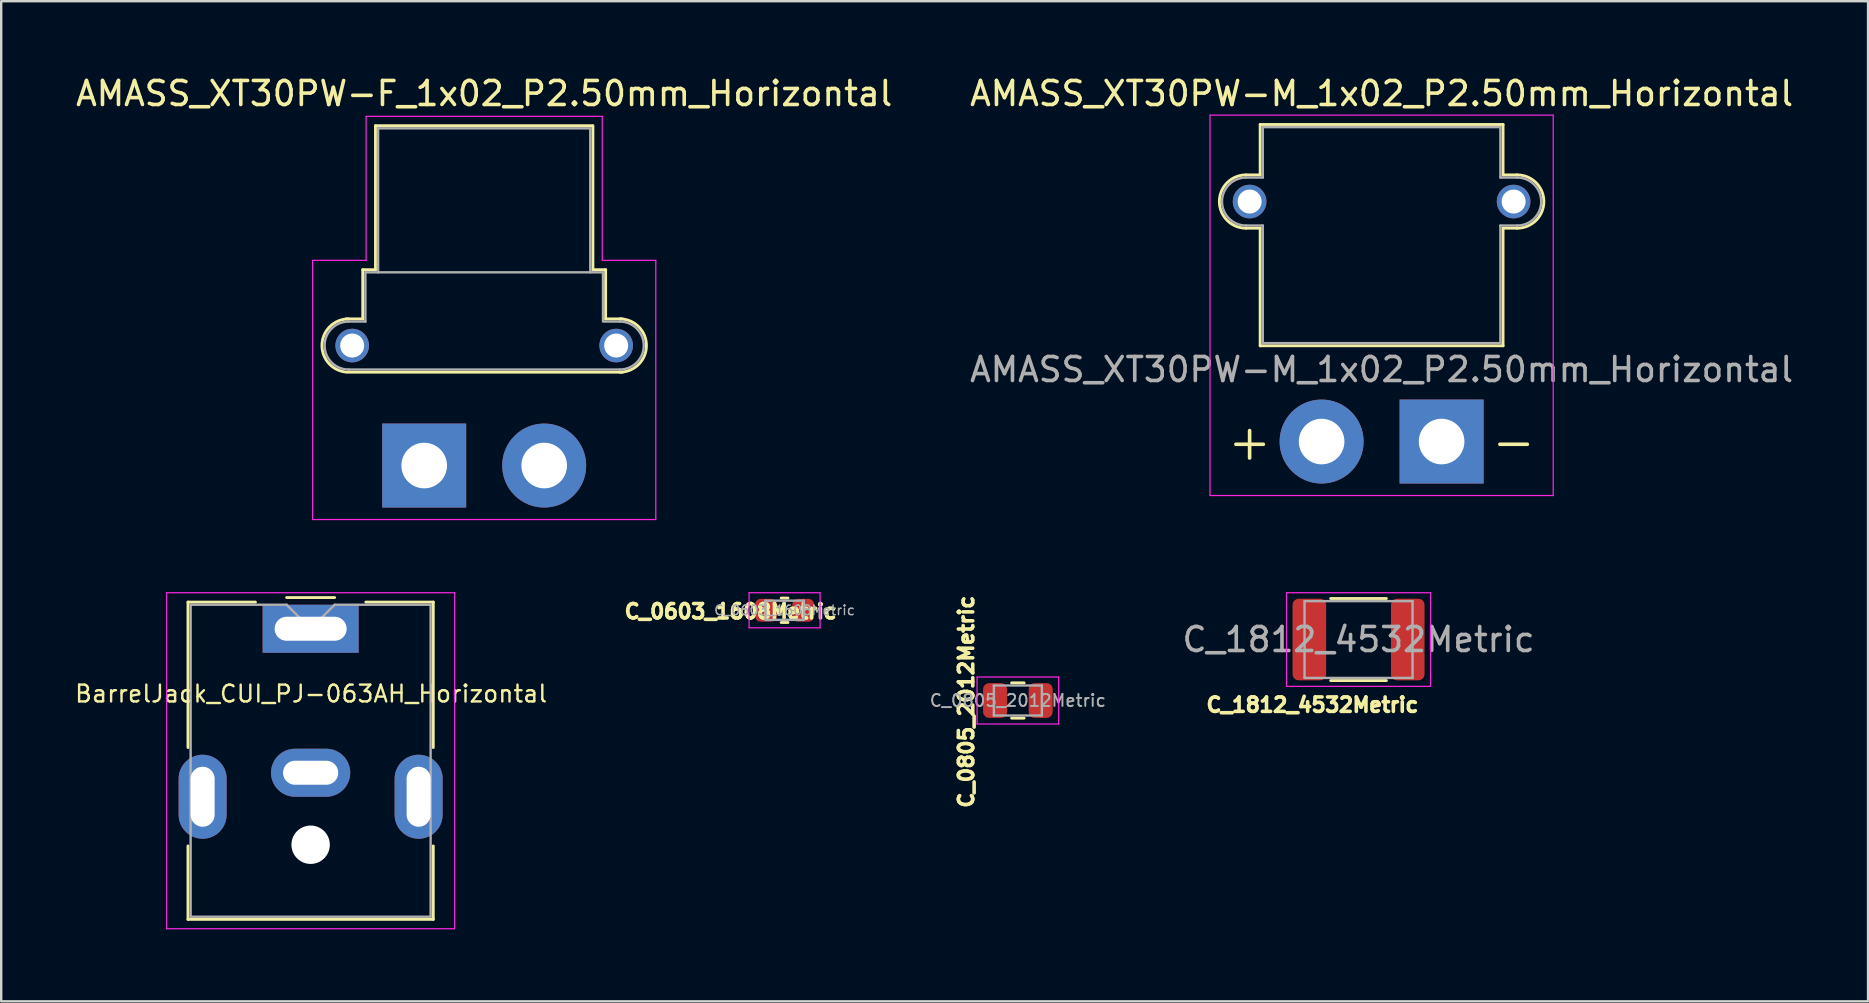
<source format=kicad_pcb>
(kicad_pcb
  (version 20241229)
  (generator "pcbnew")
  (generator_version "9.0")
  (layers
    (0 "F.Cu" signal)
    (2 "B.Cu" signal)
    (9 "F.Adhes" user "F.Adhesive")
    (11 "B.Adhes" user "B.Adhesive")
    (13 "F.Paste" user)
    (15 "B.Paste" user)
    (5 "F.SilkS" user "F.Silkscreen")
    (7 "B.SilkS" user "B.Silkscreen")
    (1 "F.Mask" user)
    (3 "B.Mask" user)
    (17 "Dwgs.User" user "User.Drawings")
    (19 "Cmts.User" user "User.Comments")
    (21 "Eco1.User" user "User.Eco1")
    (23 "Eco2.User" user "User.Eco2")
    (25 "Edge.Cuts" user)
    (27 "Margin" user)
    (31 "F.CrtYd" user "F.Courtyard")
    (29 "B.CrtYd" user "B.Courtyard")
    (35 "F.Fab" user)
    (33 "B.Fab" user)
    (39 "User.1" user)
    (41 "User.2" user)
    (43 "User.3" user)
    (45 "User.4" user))
  (footprint "AMASS_XT30PW-F_1x02_P2.50mm_Horizontal"
    (layer "F.Cu")
    (at 14.625 16.348)
    (property "Reference" "AMASS_XT30PW-F_1x02_P2.50mm_Horizontal" (at 2.5 -15.5 0) (layer "F.SilkS") (effects (font (size 1 1) (thickness 0.15))))
    (attr through_hole)
    (fp_line (start -3.26 -6.11) (end -2.56 -6.11) (stroke (width 0.12) (type solid)) (layer "F.SilkS"))
    (fp_line (start -3.26 -3.89) (end 8.26 -3.89) (stroke (width 0.12) (type solid)) (layer "F.SilkS"))
    (fp_line (start -2.56 -8.16) (end -2.56 -6.11) (stroke (width 0.12) (type solid)) (layer "F.SilkS"))
    (fp_line (start -2.56 -8.16) (end -2.03 -8.16) (stroke (width 0.12) (type solid)) (layer "F.SilkS"))
    (fp_line (start -2.03 -14.16) (end -2.03 -8.16) (stroke (width 0.12) (type solid)) (layer "F.SilkS"))
    (fp_line (start -2.03 -14.16) (end 7 -14.16) (stroke (width 0.12) (type solid)) (layer "F.SilkS"))
    (fp_line (start 7.03 -14.16) (end 7.03 -8.16) (stroke (width 0.12) (type solid)) (layer "F.SilkS"))
    (fp_line (start 7.03 -8.16) (end 7.56 -8.16) (stroke (width 0.12) (type solid)) (layer "F.SilkS"))
    (fp_line (start 7.56 -8.16) (end 7.56 -6.11) (stroke (width 0.12) (type solid)) (layer "F.SilkS"))
    (fp_line (start 7.56 -6.11) (end 8.26 -6.11) (stroke (width 0.12) (type solid)) (layer "F.SilkS"))
    (fp_arc (start -3.321729 -3.903365) (mid -4.256653 -5.086124) (end -3.15 -6.11) (stroke (width 0.12) (type solid)) (layer "F.SilkS"))
    (fp_arc (start 8.15 -6.11) (mid 9.26 -5) (end 8.15 -3.89) (stroke (width 0.12) (type solid)) (layer "F.SilkS"))
    (fp_line (start -4.65 -8.55) (end -4.65 2.25) (stroke (width 0.05) (type solid)) (layer "F.CrtYd"))
    (fp_line (start -4.65 -8.55) (end -2.42 -8.55) (stroke (width 0.05) (type solid)) (layer "F.CrtYd"))
    (fp_line (start -4.65 2.25) (end 9.65 2.25) (stroke (width 0.05) (type solid)) (layer "F.CrtYd"))
    (fp_line (start -2.42 -14.55) (end -2.42 -8.55) (stroke (width 0.05) (type solid)) (layer "F.CrtYd"))
    (fp_line (start -2.42 -14.55) (end 7.42 -14.55) (stroke (width 0.05) (type solid)) (layer "F.CrtYd"))
    (fp_line (start 7.42 -14.55) (end 7.42 -8.55) (stroke (width 0.05) (type solid)) (layer "F.CrtYd"))
    (fp_line (start 7.42 -8.55) (end 9.65 -8.55) (stroke (width 0.05) (type solid)) (layer "F.CrtYd"))
    (fp_line (start 9.65 -8.55) (end 9.65 2.25) (stroke (width 0.05) (type solid)) (layer "F.CrtYd"))
    (fp_line (start -3.15 -6) (end -2.45 -6) (stroke (width 0.1) (type solid)) (layer "F.Fab"))
    (fp_line (start -3.15 -4) (end 8.15 -4) (stroke (width 0.1) (type solid)) (layer "F.Fab"))
    (fp_line (start -2.45 -8.05) (end -2.45 -6) (stroke (width 0.1) (type solid)) (layer "F.Fab"))
    (fp_line (start -2.45 -8.05) (end 7.45 -8.05) (stroke (width 0.1) (type solid)) (layer "F.Fab"))
    (fp_line (start -1.92 -14.05) (end -1.92 -8.05) (stroke (width 0.1) (type solid)) (layer "F.Fab"))
    (fp_line (start -1.92 -14.05) (end 6.92 -14.05) (stroke (width 0.1) (type solid)) (layer "F.Fab"))
    (fp_line (start 6.92 -14.05) (end 6.92 -8.05) (stroke (width 0.1) (type solid)) (layer "F.Fab"))
    (fp_line (start 7.45 -8.05) (end 7.45 -6.05) (stroke (width 0.1) (type solid)) (layer "F.Fab"))
    (fp_line (start 7.45 -6) (end 8.15 -6) (stroke (width 0.1) (type solid)) (layer "F.Fab"))
    (fp_arc (start -3.15 -4) (mid -4.15 -5) (end -3.15 -6) (stroke (width 0.1) (type solid)) (layer "F.Fab"))
    (fp_arc (start 8.15 -6) (mid 9.15 -5) (end 8.15 -4) (stroke (width 0.1) (type solid)) (layer "F.Fab"))
    (pad "" thru_hole circle (at -3 -5 270) (size 1.4 1.4) (drill 1) (layers "*.Cu" "*.Mask"))
    (pad "" thru_hole circle (at 8 -5 180) (size 1.4 1.4) (drill 1) (layers "*.Cu" "*.Mask"))
    (pad "1" thru_hole rect (at 0 0 180) (size 3.5 3.5) (drill 1.9) (layers "*.Cu" "*.Mask"))
    (pad "2" thru_hole circle (at 5 0 180) (size 3.5 3.5) (drill 1.9) (layers "*.Cu" "*.Mask")))
  (footprint "C_0805_2012Metric"
    (layer "F.Cu")
    (at 39.362 26.138)
    (property "Reference" "C_0805_2012Metric" (at -2.15 0.05 90) (layer "F.SilkS") (effects (font (size 0.6 0.6) (thickness 0.15))))
    (attr smd)
    (fp_line (start -0.261 -0.735) (end 0.261 -0.735) (stroke (width 0.12) (type solid)) (layer "F.SilkS"))
    (fp_line (start -0.261 0.735) (end 0.261 0.735) (stroke (width 0.12) (type solid)) (layer "F.SilkS"))
    (fp_line (start -1.7 -0.98) (end 1.7 -0.98) (stroke (width 0.05) (type solid)) (layer "F.CrtYd"))
    (fp_line (start -1.7 0.98) (end -1.7 -0.98) (stroke (width 0.05) (type solid)) (layer "F.CrtYd"))
    (fp_line (start 1.7 -0.98) (end 1.7 0.98) (stroke (width 0.05) (type solid)) (layer "F.CrtYd"))
    (fp_line (start 1.7 0.98) (end -1.7 0.98) (stroke (width 0.05) (type solid)) (layer "F.CrtYd"))
    (fp_line (start -1 -0.625) (end 1 -0.625) (stroke (width 0.1) (type solid)) (layer "F.Fab"))
    (fp_line (start -1 0.625) (end -1 -0.625) (stroke (width 0.1) (type solid)) (layer "F.Fab"))
    (fp_line (start 1 -0.625) (end 1 0.625) (stroke (width 0.1) (type solid)) (layer "F.Fab"))
    (fp_line (start 1 0.625) (end -1 0.625) (stroke (width 0.1) (type solid)) (layer "F.Fab"))
    (fp_text user "${REFERENCE}" (at 0 0 0) (layer "F.Fab") (effects (font (size 0.5 0.5) (thickness 0.08))))
    (pad "1" smd roundrect (at -0.95 0 180) (size 1 1.45) (layers "F.Cu" "F.Mask" "F.Paste") (roundrect_rratio 0.25))
    (pad "2" smd roundrect (at 0.95 0 180) (size 1 1.45) (layers "F.Cu" "F.Mask" "F.Paste") (roundrect_rratio 0.25)))
  (footprint "C_1812_4532Metric"
    (layer "F.Cu")
    (at 53.557 23.598)
    (property "Reference" "C_1812_4532Metric" (at -1.921 2.722 0) (layer "F.SilkS") (effects (font (size 0.6 0.6) (thickness 0.15))))
    (attr smd)
    (fp_line (start -1.161 -1.71) (end 1.161 -1.71) (stroke (width 0.12) (type solid)) (layer "F.SilkS"))
    (fp_line (start -1.161 1.71) (end 1.161 1.71) (stroke (width 0.12) (type solid)) (layer "F.SilkS"))
    (fp_line (start -3 -1.95) (end 3 -1.95) (stroke (width 0.05) (type solid)) (layer "F.CrtYd"))
    (fp_line (start -3 1.95) (end -3 -1.95) (stroke (width 0.05) (type solid)) (layer "F.CrtYd"))
    (fp_line (start 3 -1.95) (end 3 1.95) (stroke (width 0.05) (type solid)) (layer "F.CrtYd"))
    (fp_line (start 3 1.95) (end -3 1.95) (stroke (width 0.05) (type solid)) (layer "F.CrtYd"))
    (fp_line (start -2.25 -1.6) (end 2.25 -1.6) (stroke (width 0.1) (type solid)) (layer "F.Fab"))
    (fp_line (start -2.25 1.6) (end -2.25 -1.6) (stroke (width 0.1) (type solid)) (layer "F.Fab"))
    (fp_line (start 2.25 -1.6) (end 2.25 1.6) (stroke (width 0.1) (type solid)) (layer "F.Fab"))
    (fp_line (start 2.25 1.6) (end -2.25 1.6) (stroke (width 0.1) (type solid)) (layer "F.Fab"))
    (fp_text user "${REFERENCE}" (at 0 0 0) (layer "F.Fab") (effects (font (size 1 1) (thickness 0.15))))
    (pad "1" smd roundrect (at -2.05 0 180) (size 1.4 3.4) (layers "F.Cu" "F.Mask" "F.Paste") (roundrect_rratio 0.179))
    (pad "2" smd roundrect (at 2.05 0 180) (size 1.4 3.4) (layers "F.Cu" "F.Mask" "F.Paste") (roundrect_rratio 0.179)))
  (footprint "AMASS_XT30PW-M_1x02_P2.50mm_Horizontal"
    (layer "F.Cu")
    (at 57.018 15.348)
    (property "Reference" "AMASS_XT30PW-M_1x02_P2.50mm_Horizontal" (at -2.5 -14.5 0) (layer "F.SilkS") (effects (font (size 1 1) (thickness 0.15))))
    (attr through_hole)
    (fp_line (start -8.15 -11.11) (end -7.56 -11.11) (stroke (width 0.12) (type solid)) (layer "F.SilkS"))
    (fp_line (start -8.15 -8.89) (end -7.56 -8.89) (stroke (width 0.12) (type solid)) (layer "F.SilkS"))
    (fp_line (start -7.56 -13.21) (end -7.56 -11.11) (stroke (width 0.12) (type solid)) (layer "F.SilkS"))
    (fp_line (start -7.56 -13.21) (end 2.56 -13.21) (stroke (width 0.12) (type solid)) (layer "F.SilkS"))
    (fp_line (start -7.56 -8.89) (end -7.56 -3.99) (stroke (width 0.12) (type solid)) (layer "F.SilkS"))
    (fp_line (start -7.56 -3.99) (end 2.56 -3.99) (stroke (width 0.12) (type solid)) (layer "F.SilkS"))
    (fp_line (start 2.56 -13.21) (end 2.56 -11.11) (stroke (width 0.12) (type solid)) (layer "F.SilkS"))
    (fp_line (start 2.56 -11.11) (end 3.15 -11.11) (stroke (width 0.12) (type solid)) (layer "F.SilkS"))
    (fp_line (start 2.56 -8.89) (end 2.56 -3.99) (stroke (width 0.12) (type solid)) (layer "F.SilkS"))
    (fp_line (start 2.56 -8.89) (end 3.15 -8.89) (stroke (width 0.12) (type solid)) (layer "F.SilkS"))
    (fp_arc (start -8.15 -8.89) (mid -9.26 -10) (end -8.15 -11.11) (stroke (width 0.12) (type solid)) (layer "F.SilkS"))
    (fp_arc (start 3.15 -11.11) (mid 4.26 -10) (end 3.15 -8.89) (stroke (width 0.12) (type solid)) (layer "F.SilkS"))
    (fp_line (start -9.65 -13.6) (end -9.65 2.25) (stroke (width 0.05) (type solid)) (layer "F.CrtYd"))
    (fp_line (start -9.65 -13.6) (end 4.65 -13.6) (stroke (width 0.05) (type solid)) (layer "F.CrtYd"))
    (fp_line (start -9.65 2.25) (end 4.65 2.25) (stroke (width 0.05) (type solid)) (layer "F.CrtYd"))
    (fp_line (start 4.65 -13.6) (end 4.65 2.25) (stroke (width 0.05) (type solid)) (layer "F.CrtYd"))
    (fp_line (start -8.15 -11) (end -7.45 -11) (stroke (width 0.1) (type solid)) (layer "F.Fab"))
    (fp_line (start -8.15 -9) (end -7.45 -9) (stroke (width 0.1) (type solid)) (layer "F.Fab"))
    (fp_line (start -7.45 -13.1) (end -7.45 -11) (stroke (width 0.1) (type solid)) (layer "F.Fab"))
    (fp_line (start -7.45 -13.1) (end 2.45 -13.1) (stroke (width 0.1) (type solid)) (layer "F.Fab"))
    (fp_line (start -7.45 -9) (end -7.45 -4.1) (stroke (width 0.1) (type solid)) (layer "F.Fab"))
    (fp_line (start -7.45 -4.1) (end 2.45 -4.1) (stroke (width 0.1) (type solid)) (layer "F.Fab"))
    (fp_line (start 2.45 -13.1) (end 2.45 -11) (stroke (width 0.1) (type solid)) (layer "F.Fab"))
    (fp_line (start 2.45 -11) (end 3.15 -11) (stroke (width 0.1) (type solid)) (layer "F.Fab"))
    (fp_line (start 2.45 -9) (end 2.45 -4.1) (stroke (width 0.1) (type solid)) (layer "F.Fab"))
    (fp_line (start 2.45 -9) (end 3.15 -9) (stroke (width 0.1) (type solid)) (layer "F.Fab"))
    (fp_arc (start -8.15 -9) (mid -9.15 -10) (end -8.15 -11) (stroke (width 0.1) (type solid)) (layer "F.Fab"))
    (fp_arc (start 3.15 -11) (mid 4.15 -10) (end 3.15 -9) (stroke (width 0.1) (type solid)) (layer "F.Fab"))
    (fp_text user "+" (at -8 0 0) (layer "F.SilkS") (effects (font (size 1.5 1.5) (thickness 0.15))))
    (fp_text user "-" (at 3 0 0) (layer "F.SilkS") (effects (font (size 1.5 1.5) (thickness 0.15))))
    (fp_text user "${REFERENCE}" (at -2.5 -3 0) (layer "F.Fab") (effects (font (size 1 1) (thickness 0.15))))
    (pad "" thru_hole circle (at -8 -10 180) (size 1.4 1.4) (drill 1) (layers "*.Cu" "*.Mask"))
    (pad "" thru_hole circle (at 3 -10 180) (size 1.4 1.4) (drill 1) (layers "*.Cu" "*.Mask"))
    (pad "1" thru_hole rect (at 0 0 180) (size 3.5 3.5) (drill 1.9) (layers "*.Cu" "*.Mask"))
    (pad "2" thru_hole circle (at -5 0 180) (size 3.5 3.5) (drill 1.9) (layers "*.Cu" "*.Mask")))
  (footprint "C_0603_1608Metric"
    (layer "F.Cu")
    (at 29.642 22.378)
    (property "Reference" "C_0603_1608Metric" (at -2.25 0.05 0) (layer "F.SilkS") (effects (font (size 0.6 0.6) (thickness 0.15))))
    (attr smd)
    (fp_line (start -0.141 -0.51) (end 0.141 -0.51) (stroke (width 0.12) (type solid)) (layer "F.SilkS"))
    (fp_line (start -0.141 0.51) (end 0.141 0.51) (stroke (width 0.12) (type solid)) (layer "F.SilkS"))
    (fp_line (start -1.48 -0.73) (end 1.48 -0.73) (stroke (width 0.05) (type solid)) (layer "F.CrtYd"))
    (fp_line (start -1.48 0.73) (end -1.48 -0.73) (stroke (width 0.05) (type solid)) (layer "F.CrtYd"))
    (fp_line (start 1.48 -0.73) (end 1.48 0.73) (stroke (width 0.05) (type solid)) (layer "F.CrtYd"))
    (fp_line (start 1.48 0.73) (end -1.48 0.73) (stroke (width 0.05) (type solid)) (layer "F.CrtYd"))
    (fp_line (start -0.8 -0.4) (end 0.8 -0.4) (stroke (width 0.1) (type solid)) (layer "F.Fab"))
    (fp_line (start -0.8 0.4) (end -0.8 -0.4) (stroke (width 0.1) (type solid)) (layer "F.Fab"))
    (fp_line (start 0.8 -0.4) (end 0.8 0.4) (stroke (width 0.1) (type solid)) (layer "F.Fab"))
    (fp_line (start 0.8 0.4) (end -0.8 0.4) (stroke (width 0.1) (type solid)) (layer "F.Fab"))
    (fp_text user "${REFERENCE}" (at 0 0 0) (layer "F.Fab") (effects (font (size 0.4 0.4) (thickness 0.06))))
    (pad "1" smd roundrect (at -0.775 0 180) (size 0.9 0.95) (layers "F.Cu" "F.Mask" "F.Paste") (roundrect_rratio 0.25))
    (pad "2" smd roundrect (at 0.775 0 180) (size 0.9 0.95) (layers "F.Cu" "F.Mask" "F.Paste") (roundrect_rratio 0.25)))
  (footprint "BarrelJack_CUI_PJ-063AH_Horizontal"
    (layer "F.Cu")
    (at 9.893 23.148)
    (property "Reference" "BarrelJack_CUI_PJ-063AH_Horizontal" (at 0.02 2.71 0) (layer "F.SilkS") (effects (font (size 0.7 0.7) (thickness 0.1))))
    (attr through_hole)
    (fp_line (start -5.11 -1.11) (end -2.3 -1.11) (stroke (width 0.12) (type solid)) (layer "F.SilkS"))
    (fp_line (start -5.11 4.95) (end -5.11 -1.11) (stroke (width 0.12) (type solid)) (layer "F.SilkS"))
    (fp_line (start -5.11 12.11) (end -5.11 9.05) (stroke (width 0.12) (type solid)) (layer "F.SilkS"))
    (fp_line (start -1 -1.3) (end 1 -1.3) (stroke (width 0.12) (type solid)) (layer "F.SilkS"))
    (fp_line (start 2.3 -1.11) (end 5.11 -1.11) (stroke (width 0.12) (type solid)) (layer "F.SilkS"))
    (fp_line (start 5.11 -1.11) (end 5.11 4.95) (stroke (width 0.12) (type solid)) (layer "F.SilkS"))
    (fp_line (start 5.11 9.05) (end 5.11 12.11) (stroke (width 0.12) (type solid)) (layer "F.SilkS"))
    (fp_line (start 5.11 12.11) (end -5.11 12.11) (stroke (width 0.12) (type solid)) (layer "F.SilkS"))
    (fp_line (start -6 -1.5) (end -6 12.5) (stroke (width 0.05) (type solid)) (layer "F.CrtYd"))
    (fp_line (start -6 12.5) (end 6 12.5) (stroke (width 0.05) (type solid)) (layer "F.CrtYd"))
    (fp_line (start 6 -1.5) (end -6 -1.5) (stroke (width 0.05) (type solid)) (layer "F.CrtYd"))
    (fp_line (start 6 12.5) (end 6 -1.5) (stroke (width 0.05) (type solid)) (layer "F.CrtYd"))
    (fp_line (start -5 -1) (end -1 -1) (stroke (width 0.1) (type solid)) (layer "F.Fab"))
    (fp_line (start -5 12) (end -5 -1) (stroke (width 0.1) (type solid)) (layer "F.Fab"))
    (fp_line (start -1 -1) (end 0 0) (stroke (width 0.1) (type solid)) (layer "F.Fab"))
    (fp_line (start 0 0) (end 1 -1) (stroke (width 0.1) (type solid)) (layer "F.Fab"))
    (fp_line (start 1 -1) (end 5 -1) (stroke (width 0.1) (type solid)) (layer "F.Fab"))
    (fp_line (start 5 -1) (end 5 12) (stroke (width 0.1) (type solid)) (layer "F.Fab"))
    (fp_line (start 5 12) (end -5 12) (stroke (width 0.1) (type solid)) (layer "F.Fab"))
    (pad "" np_thru_hole circle (at 0 9 180) (size 1.6 1.6) (drill 1.6) (layers "*.Cu" "*.Mask"))
    (pad "1" thru_hole rect (at 0 0 180) (size 4 2) (drill oval 3 1) (layers "*.Cu" "*.Mask"))
    (pad "2" thru_hole oval (at 0 6 180) (size 3.3 2) (drill oval 2.3 1) (layers "*.Cu" "*.Mask"))
    (pad "MP" thru_hole oval (at -4.5 7 180) (size 2 3.5) (drill oval 1 2.5) (layers "*.Cu" "*.Mask"))
    (pad "MP" thru_hole oval (at 4.5 7 180) (size 2 3.5) (drill oval 1 2.5) (layers "*.Cu" "*.Mask")))
  (gr_rect
    (start -3 -3)
    (end 74.786 38.673)
    (stroke (width 0.1) (type default))
    (fill no)
    (layer "Edge.Cuts")))
</source>
